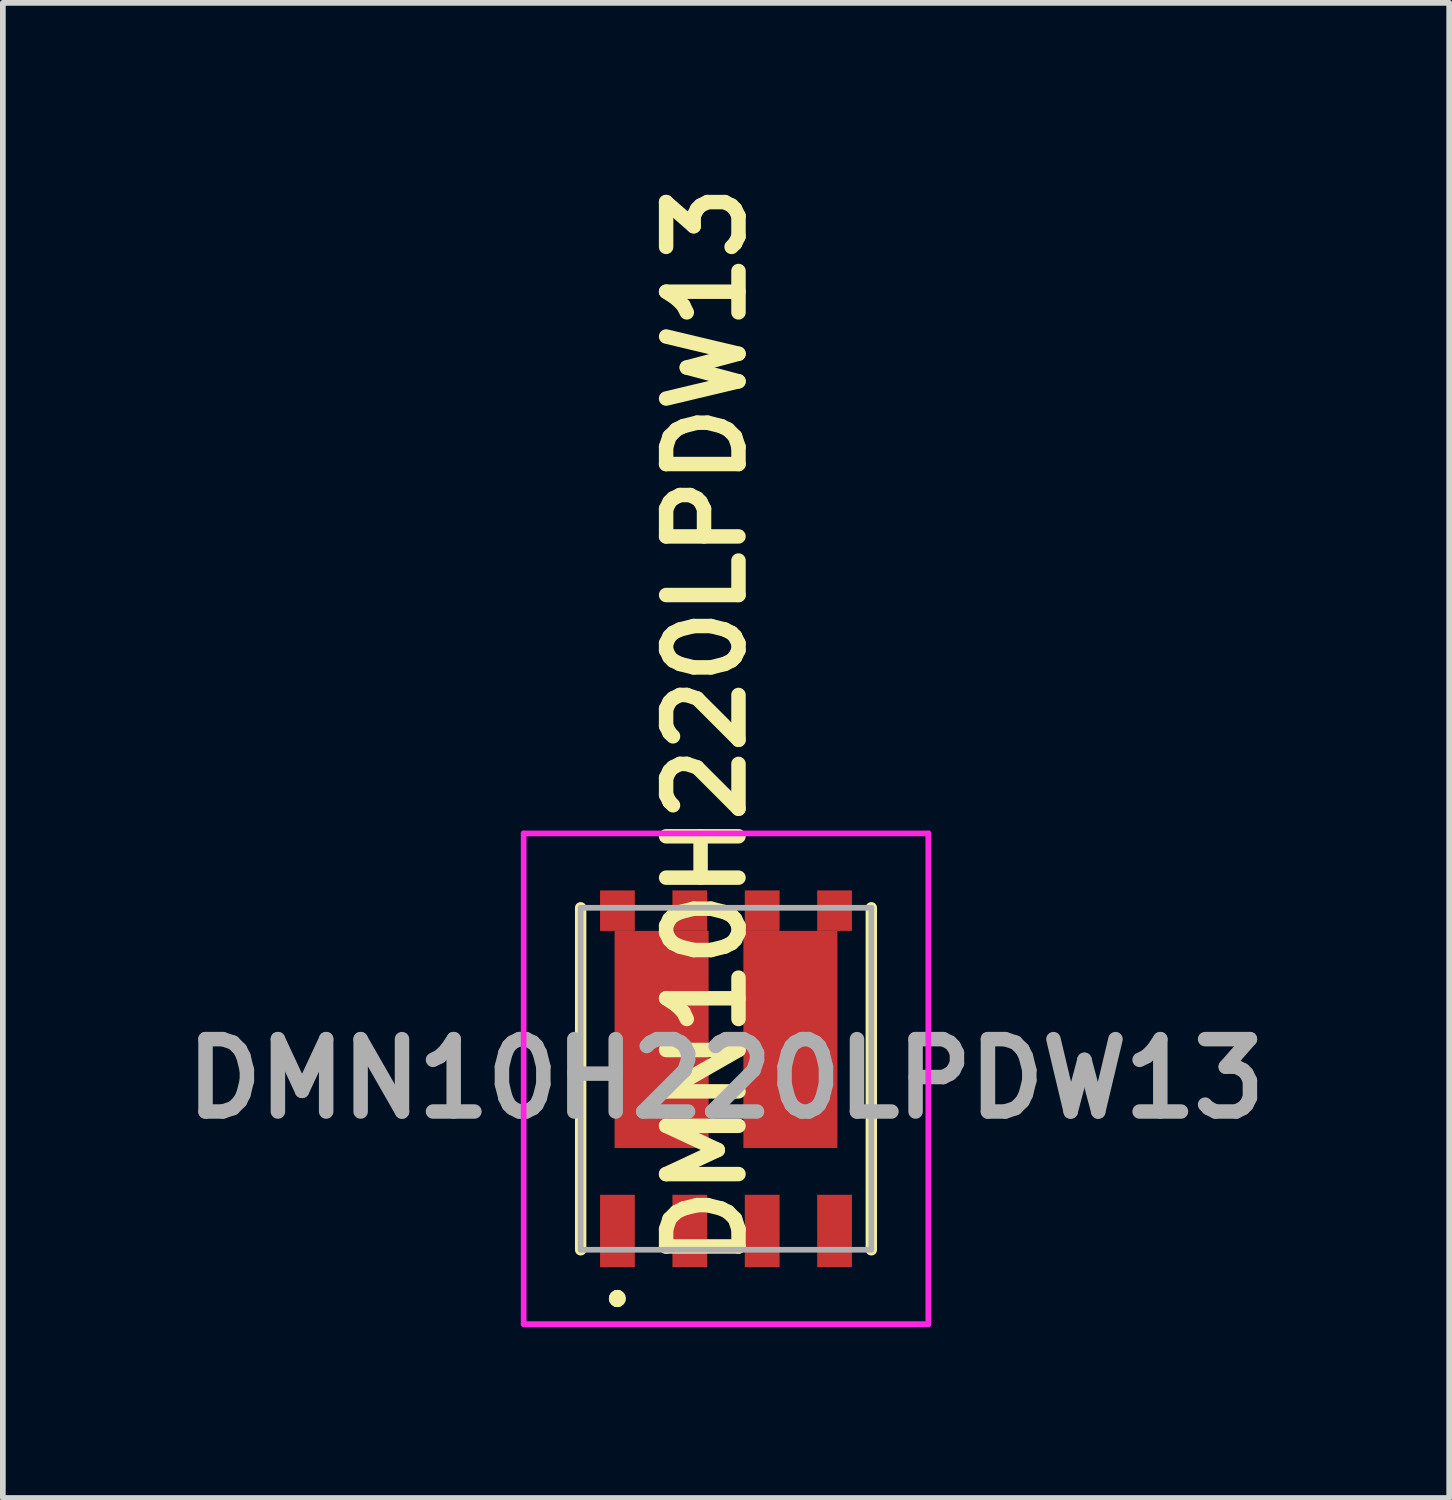
<source format=kicad_pcb>
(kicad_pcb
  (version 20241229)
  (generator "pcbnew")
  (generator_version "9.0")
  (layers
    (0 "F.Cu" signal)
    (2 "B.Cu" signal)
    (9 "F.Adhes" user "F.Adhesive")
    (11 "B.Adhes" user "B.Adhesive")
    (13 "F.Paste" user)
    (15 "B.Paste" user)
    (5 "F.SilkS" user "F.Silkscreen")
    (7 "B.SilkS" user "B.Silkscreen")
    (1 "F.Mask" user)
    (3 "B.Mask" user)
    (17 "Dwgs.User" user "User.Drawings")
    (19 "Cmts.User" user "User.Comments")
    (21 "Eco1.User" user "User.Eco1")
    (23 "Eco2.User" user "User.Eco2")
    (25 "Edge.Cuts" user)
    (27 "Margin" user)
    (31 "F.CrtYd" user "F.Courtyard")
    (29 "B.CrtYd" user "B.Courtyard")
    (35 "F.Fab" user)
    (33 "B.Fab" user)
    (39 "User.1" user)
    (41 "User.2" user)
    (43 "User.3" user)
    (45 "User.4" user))
  (footprint "DMN10H220LPDW13"
    (layer "F.Cu")
    (at 9.688 13.283)
    (property "Reference" "DMN10H220LPDW13" (at -0.355 -3.595 90) (layer "F.SilkS") (effects (font (size 1.27 1.27) (thickness 0.254))))
    (attr smd)
    (fp_line (start -2.55 -0.405) (end -2.55 5.595) (stroke (width 0.2) (type solid)) (layer "F.SilkS"))
    (fp_line (start -1.905 6.4) (end -1.905 6.4) (stroke (width 0.2) (type solid)) (layer "F.SilkS"))
    (fp_line (start -1.905 6.4) (end -1.905 6.4) (stroke (width 0.2) (type solid)) (layer "F.SilkS"))
    (fp_line (start -1.905 6.5) (end -1.905 6.5) (stroke (width 0.2) (type solid)) (layer "F.SilkS"))
    (fp_line (start 2.55 5.595) (end 2.55 -0.405) (stroke (width 0.2) (type solid)) (layer "F.SilkS"))
    (fp_arc (start -1.905 6.4) (mid -1.855 6.45) (end -1.905 6.5) (stroke (width 0.2) (type solid)) (layer "F.SilkS"))
    (fp_arc (start -1.905 6.5) (mid -1.955 6.45) (end -1.905 6.4) (stroke (width 0.2) (type solid)) (layer "F.SilkS"))
    (fp_arc (start -1.905 6.5) (mid -1.955 6.45) (end -1.905 6.4) (stroke (width 0.2) (type solid)) (layer "F.SilkS"))
    (fp_line (start -3.55 -1.71) (end 3.55 -1.71) (stroke (width 0.1) (type solid)) (layer "F.CrtYd"))
    (fp_line (start -3.55 6.9) (end -3.55 -1.71) (stroke (width 0.1) (type solid)) (layer "F.CrtYd"))
    (fp_line (start 3.55 -1.71) (end 3.55 6.9) (stroke (width 0.1) (type solid)) (layer "F.CrtYd"))
    (fp_line (start 3.55 6.9) (end -3.55 6.9) (stroke (width 0.1) (type solid)) (layer "F.CrtYd"))
    (fp_line (start -2.55 -0.405) (end -2.55 5.595) (stroke (width 0.1) (type solid)) (layer "F.Fab"))
    (fp_line (start -2.55 5.595) (end 2.55 5.595) (stroke (width 0.1) (type solid)) (layer "F.Fab"))
    (fp_line (start 2.55 -0.405) (end -2.55 -0.405) (stroke (width 0.1) (type solid)) (layer "F.Fab"))
    (fp_line (start 2.55 5.595) (end 2.55 -0.405) (stroke (width 0.1) (type solid)) (layer "F.Fab"))
    (fp_text user "${REFERENCE}" (at 0 2.595 180) (layer "F.Fab") (effects (font (size 1.27 1.27) (thickness 0.254))))
    (pad "1" smd rect (at -1.905 5.265) (size 0.61 1.27) (layers "F.Cu" "F.Mask" "F.Paste"))
    (pad "2" smd rect (at -0.635 5.265) (size 0.61 1.27) (layers "F.Cu" "F.Mask" "F.Paste"))
    (pad "3" smd rect (at 0.635 5.265) (size 0.61 1.27) (layers "F.Cu" "F.Mask" "F.Paste"))
    (pad "4" smd rect (at 1.905 5.265) (size 0.61 1.27) (layers "F.Cu" "F.Mask" "F.Paste"))
    (pad "5" smd rect (at 0.635 -0.355) (size 0.61 0.71) (layers "F.Cu" "F.Mask" "F.Paste"))
    (pad "5" smd rect (at 1.13 1.905) (size 1.65 3.81) (layers "F.Cu" "F.Mask" "F.Paste"))
    (pad "5" smd rect (at 1.905 -0.355) (size 0.61 0.71) (layers "F.Cu" "F.Mask" "F.Paste"))
    (pad "6" smd rect (at -1.905 -0.355) (size 0.61 0.71) (layers "F.Cu" "F.Mask" "F.Paste"))
    (pad "6" smd rect (at -1.13 1.905) (size 1.65 3.81) (layers "F.Cu" "F.Mask" "F.Paste"))
    (pad "6" smd rect (at -0.635 -0.355) (size 0.61 0.71) (layers "F.Cu" "F.Mask" "F.Paste")))
  (gr_rect
    (start -3 -3)
    (end 22.377 23.233)
    (stroke (width 0.1) (type default))
    (fill no)
    (layer "Edge.Cuts")))
</source>
